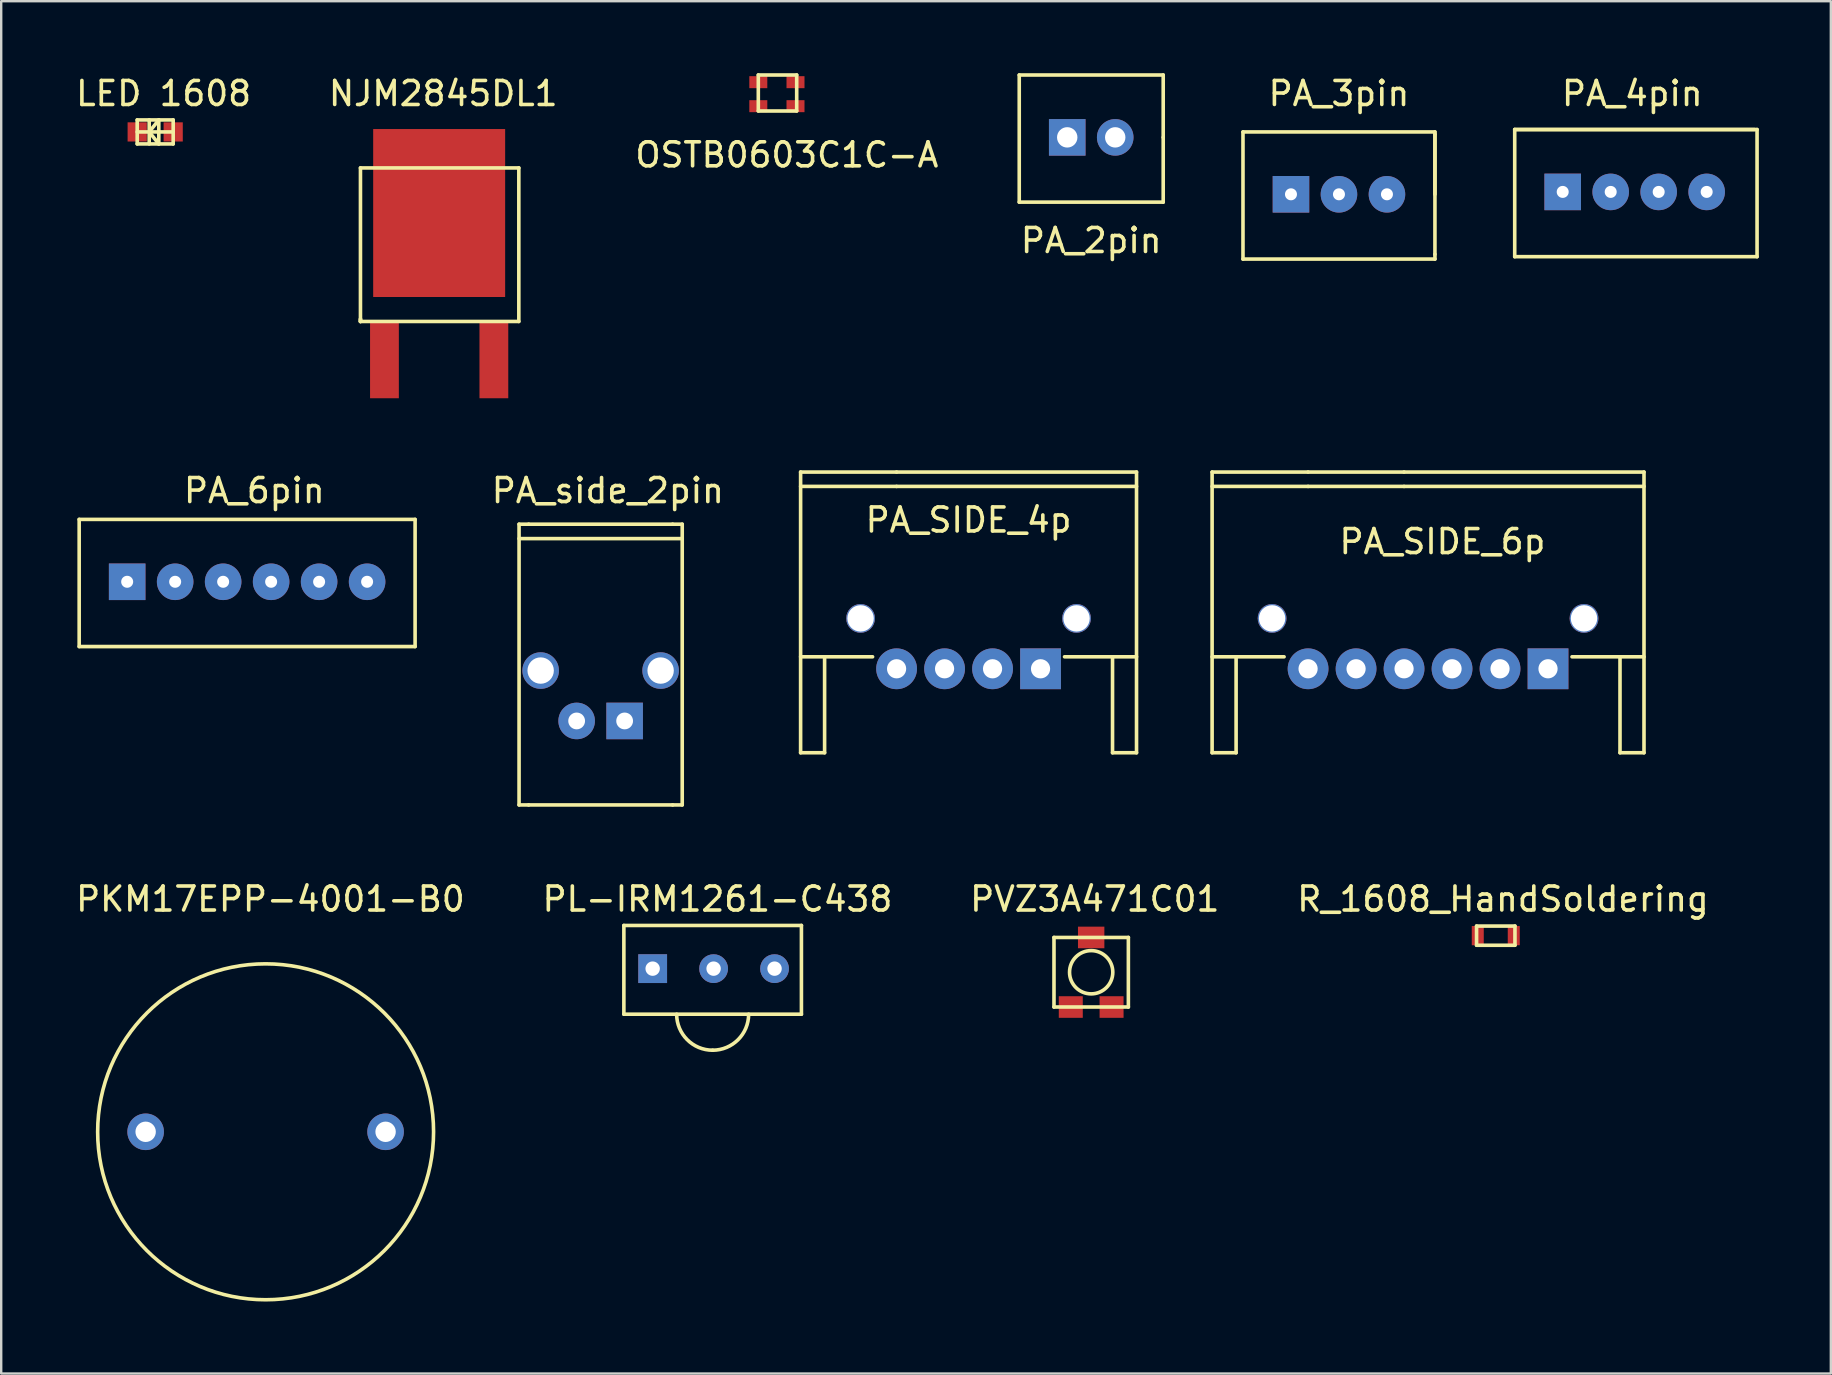
<source format=kicad_pcb>
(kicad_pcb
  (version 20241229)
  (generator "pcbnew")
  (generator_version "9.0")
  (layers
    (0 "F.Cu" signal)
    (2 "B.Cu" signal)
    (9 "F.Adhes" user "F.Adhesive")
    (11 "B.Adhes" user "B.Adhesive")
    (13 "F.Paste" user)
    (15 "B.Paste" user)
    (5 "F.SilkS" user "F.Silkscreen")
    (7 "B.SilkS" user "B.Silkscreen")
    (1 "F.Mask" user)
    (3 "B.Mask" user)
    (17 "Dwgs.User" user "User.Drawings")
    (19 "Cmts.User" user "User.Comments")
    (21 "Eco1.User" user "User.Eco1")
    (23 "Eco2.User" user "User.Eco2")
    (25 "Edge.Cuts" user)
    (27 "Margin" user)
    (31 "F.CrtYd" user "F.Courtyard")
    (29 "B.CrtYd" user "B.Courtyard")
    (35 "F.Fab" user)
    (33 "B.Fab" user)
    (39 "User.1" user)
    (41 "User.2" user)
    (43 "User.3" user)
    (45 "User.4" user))
  (footprint "PA_2pin"
    (layer "F.Cu")
    (at 39.429 5.675)
    (property "Reference" "PA_2pin" (at 3 1.3 0) (layer "F.SilkS") (effects (font (size 1 1) (thickness 0.15))))
    (attr through_hole)
    (fp_line (start 0 -5.6) (end 0 -0.3) (stroke (width 0.15) (type solid)) (layer "F.SilkS"))
    (fp_line (start 0 -5.6) (end 6 -5.6) (stroke (width 0.15) (type solid)) (layer "F.SilkS"))
    (fp_line (start 6 -5.6) (end 6 -3) (stroke (width 0.15) (type solid)) (layer "F.SilkS"))
    (fp_line (start 6 -3) (end 6 -0.3) (stroke (width 0.15) (type solid)) (layer "F.SilkS"))
    (fp_line (start 6 -0.3) (end 0 -0.3) (stroke (width 0.15) (type solid)) (layer "F.SilkS"))
    (pad "1" thru_hole rect (at 2 -3) (size 1.524 1.524) (drill 0.85) (layers "*.Cu" "*.Mask"))
    (pad "2" thru_hole circle (at 4 -3) (size 1.524 1.524) (drill 0.85) (layers "*.Cu" "*.Mask")))
  (footprint "PA_SIDE_6p"
    (layer "F.Cu")
    (at 51.467 28.423)
    (property "Reference" "PA_SIDE_6p" (at 5.6 -8.9 0) (layer "F.SilkS") (effects (font (size 1 1) (thickness 0.15))))
    (attr through_hole)
    (fp_line (start -4 -0.1) (end -4 -11.8) (stroke (width 0.15) (type solid)) (layer "F.SilkS"))
    (fp_line (start -3 -4.1) (end -4 -4.1) (stroke (width 0.15) (type solid)) (layer "F.SilkS"))
    (fp_line (start -3 -4.1) (end -3 -0.1) (stroke (width 0.15) (type solid)) (layer "F.SilkS"))
    (fp_line (start -3 -0.1) (end -4 -0.1) (stroke (width 0.15) (type solid)) (layer "F.SilkS"))
    (fp_line (start -1 -4.1) (end -3 -4.1) (stroke (width 0.15) (type solid)) (layer "F.SilkS"))
    (fp_line (start 0 -11.8) (end -4 -11.8) (stroke (width 0.15) (type solid)) (layer "F.SilkS"))
    (fp_line (start 0 -11.2) (end -4 -11.2) (stroke (width 0.15) (type solid)) (layer "F.SilkS"))
    (fp_line (start 4 -11.8) (end 0 -11.8) (stroke (width 0.15) (type solid)) (layer "F.SilkS"))
    (fp_line (start 4 -11.8) (end 14 -11.8) (stroke (width 0.15) (type solid)) (layer "F.SilkS"))
    (fp_line (start 4 -11.2) (end 0 -11.2) (stroke (width 0.15) (type solid)) (layer "F.SilkS"))
    (fp_line (start 4 -11.2) (end 14 -11.2) (stroke (width 0.15) (type solid)) (layer "F.SilkS"))
    (fp_line (start 13 -4.1) (end 11 -4.1) (stroke (width 0.15) (type solid)) (layer "F.SilkS"))
    (fp_line (start 13 -4.1) (end 13 -0.1) (stroke (width 0.15) (type solid)) (layer "F.SilkS"))
    (fp_line (start 13 -4.1) (end 14 -4.1) (stroke (width 0.15) (type solid)) (layer "F.SilkS"))
    (fp_line (start 13 -0.1) (end 14 -0.1) (stroke (width 0.15) (type solid)) (layer "F.SilkS"))
    (fp_line (start 14 -11.8) (end 14 -0.1) (stroke (width 0.15) (type solid)) (layer "F.SilkS"))
    (pad "" thru_hole circle (at -1.5 -5.7) (size 1.2 1.2) (drill 1.1) (layers "*.Cu" "*.Mask"))
    (pad "" thru_hole circle (at 11.5 -5.7) (size 1.2 1.2) (drill 1.1) (layers "*.Cu" "*.Mask"))
    (pad "1" thru_hole rect (at 10 -3.6) (size 1.7 1.7) (drill 0.8) (layers "*.Cu" "*.Mask"))
    (pad "2" thru_hole circle (at 8 -3.6) (size 1.7 1.7) (drill 0.8) (layers "*.Cu" "*.Mask"))
    (pad "3" thru_hole circle (at 6 -3.6) (size 1.7 1.7) (drill 0.8) (layers "*.Cu" "*.Mask"))
    (pad "4" thru_hole circle (at 4 -3.6) (size 1.7 1.7) (drill 0.8) (layers "*.Cu" "*.Mask"))
    (pad "5" thru_hole circle (at 2 -3.6) (size 1.7 1.7) (drill 0.8) (layers "*.Cu" "*.Mask"))
    (pad "6" thru_hole circle (at 0 -3.6) (size 1.7 1.7) (drill 0.8) (layers "*.Cu" "*.Mask")))
  (footprint "PA_side_2pin"
    (layer "F.Cu")
    (at 20.983 26.997)
    (property "Reference" "PA_side_2pin" (at 1.3 -9.6 0) (layer "F.SilkS") (effects (font (size 1 1) (thickness 0.15))))
    (attr through_hole)
    (fp_line (start -2.4 -7.6) (end 4.4 -7.6) (stroke (width 0.15) (type solid)) (layer "F.SilkS"))
    (fp_line (start -2.4 3.5) (end -2.4 -8.2) (stroke (width 0.15) (type solid)) (layer "F.SilkS"))
    (fp_line (start -2.4 3.5) (end -2 3.5) (stroke (width 0.15) (type solid)) (layer "F.SilkS"))
    (fp_line (start -2 -8.2) (end -2.4 -8.2) (stroke (width 0.15) (type solid)) (layer "F.SilkS"))
    (fp_line (start -2 -8.2) (end 4 -8.2) (stroke (width 0.15) (type solid)) (layer "F.SilkS"))
    (fp_line (start -2 3.5) (end 4 3.5) (stroke (width 0.15) (type solid)) (layer "F.SilkS"))
    (fp_line (start 4 -8.2) (end 4.4 -8.2) (stroke (width 0.15) (type solid)) (layer "F.SilkS"))
    (fp_line (start 4 3.5) (end 4.4 3.5) (stroke (width 0.15) (type solid)) (layer "F.SilkS"))
    (fp_line (start 4.4 -8.2) (end 4.4 3.5) (stroke (width 0.15) (type solid)) (layer "F.SilkS"))
    (pad "" thru_hole circle (at -1.5 -2.1) (size 1.524 1.524) (drill 1.1) (layers "*.Cu" "*.Mask"))
    (pad "" thru_hole circle (at 3.5 -2.1) (size 1.524 1.524) (drill 1.1) (layers "*.Cu" "*.Mask"))
    (pad "1" thru_hole rect (at 2 0) (size 1.524 1.524) (drill 0.7) (layers "*.Cu" "*.Mask"))
    (pad "2" thru_hole circle (at 0 0) (size 1.524 1.524) (drill 0.7) (layers "*.Cu" "*.Mask")))
  (footprint "OSTB0603C1C-A"
    (layer "F.Cu")
    (at 28.554 0.375)
    (property "Reference" "OSTB0603C1C-A" (at 1.19 3.03 0) (layer "F.SilkS") (effects (font (size 1 1) (thickness 0.15))))
    (attr through_hole)
    (fp_line (start 0 -0.3) (end 1.6 -0.3) (stroke (width 0.15) (type solid)) (layer "F.SilkS"))
    (fp_line (start 0 1.2) (end 0 -0.3) (stroke (width 0.15) (type solid)) (layer "F.SilkS"))
    (fp_line (start 1.6 -0.3) (end 1.6 1.2) (stroke (width 0.15) (type solid)) (layer "F.SilkS"))
    (fp_line (start 1.6 1.2) (end 0 1.2) (stroke (width 0.15) (type solid)) (layer "F.SilkS"))
    (pad "1" smd rect (at 0 0) (size 0.75 0.5) (layers "F.Cu" "F.Mask" "F.Paste"))
    (pad "2" smd rect (at 0 1) (size 0.75 0.5) (layers "F.Cu" "F.Mask" "F.Paste"))
    (pad "3" smd rect (at 1.55 0) (size 0.75 0.5) (layers "F.Cu" "F.Mask" "F.Paste"))
    (pad "4" smd rect (at 1.55 1) (size 0.75 0.5) (layers "F.Cu" "F.Mask" "F.Paste")))
  (footprint "PA_4pin"
    (layer "F.Cu")
    (at 60.079 7.948)
    (property "Reference" "PA_4pin" (at 4.9 -7.1 0) (layer "F.SilkS") (effects (font (size 1 1) (thickness 0.15))))
    (attr through_hole)
    (fp_line (start 0 -5.6) (end 0 -0.3) (stroke (width 0.15) (type solid)) (layer "F.SilkS"))
    (fp_line (start 0 -5.6) (end 10.1 -5.6) (stroke (width 0.15) (type solid)) (layer "F.SilkS"))
    (fp_line (start 10 -5.6) (end 0 -5.6) (stroke (width 0.15) (type solid)) (layer "F.SilkS"))
    (fp_line (start 10.1 -5.6) (end 10.1 -0.3) (stroke (width 0.15) (type solid)) (layer "F.SilkS"))
    (fp_line (start 10.1 -0.3) (end 0 -0.3) (stroke (width 0.15) (type solid)) (layer "F.SilkS"))
    (pad "1" thru_hole rect (at 2 -3) (size 1.524 1.524) (drill 0.5) (layers "*.Cu" "*.Mask"))
    (pad "2" thru_hole circle (at 4 -3) (size 1.524 1.524) (drill 0.5) (layers "*.Cu" "*.Mask"))
    (pad "3" thru_hole circle (at 6 -3) (size 1.524 1.524) (drill 0.5) (layers "*.Cu" "*.Mask"))
    (pad "4" thru_hole circle (at 8 -3) (size 1.524 1.524) (drill 0.5) (layers "*.Cu" "*.Mask")))
  (footprint "LED 1608"
    (layer "F.Cu")
    (at 1.968 3.348)
    (property "Reference" "LED 1608" (at 1.8 -2.5 0) (layer "F.SilkS") (effects (font (size 1 1) (thickness 0.15))))
    (attr through_hole)
    (fp_line (start 0.7 -1.4) (end 2.2 -1.4) (stroke (width 0.15) (type solid)) (layer "F.SilkS"))
    (fp_line (start 0.7 -0.9) (end 2.2 -0.9) (stroke (width 0.15) (type solid)) (layer "F.SilkS"))
    (fp_line (start 0.7 -0.4) (end 0.7 -1.4) (stroke (width 0.15) (type solid)) (layer "F.SilkS"))
    (fp_line (start 1.2 -1.4) (end 1.2 -0.4) (stroke (width 0.15) (type solid)) (layer "F.SilkS"))
    (fp_line (start 1.2 -0.9) (end 1.6 -0.4) (stroke (width 0.15) (type solid)) (layer "F.SilkS"))
    (fp_line (start 1.6 -1.4) (end 1.2 -0.9) (stroke (width 0.15) (type solid)) (layer "F.SilkS"))
    (fp_line (start 1.6 -0.4) (end 1.6 -1.4) (stroke (width 0.15) (type solid)) (layer "F.SilkS"))
    (fp_line (start 2.2 -1.4) (end 2.2 -0.4) (stroke (width 0.15) (type solid)) (layer "F.SilkS"))
    (fp_line (start 2.2 -0.4) (end 0.7 -0.4) (stroke (width 0.15) (type solid)) (layer "F.SilkS"))
    (pad "1" smd rect (at 0.7 -0.9) (size 0.8 0.8) (layers "F.Cu" "F.Mask" "F.Paste"))
    (pad "2" smd rect (at 2.2 -0.9) (size 0.8 0.8) (layers "F.Cu" "F.Mask" "F.Paste")))
  (footprint "PVZ3A471C01"
    (layer "F.Cu")
    (at 41.577 38.92)
    (property "Reference" "PVZ3A471C01" (at 1 -4.5 0) (layer "F.SilkS") (effects (font (size 1 1) (thickness 0.15))))
    (attr through_hole)
    (fp_line (start -0.7 0) (end -0.7 -2.9) (stroke (width 0.15) (type solid)) (layer "F.SilkS"))
    (fp_line (start -0.7 0) (end 2.4 0) (stroke (width 0.15) (type solid)) (layer "F.SilkS"))
    (fp_line (start 2.4 -2.9) (end -0.7 -2.9) (stroke (width 0.15) (type solid)) (layer "F.SilkS"))
    (fp_line (start 2.4 -2.9) (end 2.4 0) (stroke (width 0.15) (type solid)) (layer "F.SilkS"))
    (fp_circle (center 0.85 -1.45) (end 1.6 -0.95) (stroke (width 0.15) (type solid)) (fill no) (layer "F.SilkS"))
    (pad "1" smd rect (at 0 0) (size 1 0.9) (layers "F.Cu" "F.Mask" "F.Paste"))
    (pad "2" smd rect (at 1.7 0) (size 1 0.9) (layers "F.Cu" "F.Mask" "F.Paste"))
    (pad "3" smd rect (at 0.85 -2.9) (size 1.1 0.9) (layers "F.Cu" "F.Mask" "F.Paste")))
  (footprint "PA_SIDE_4p"
    (layer "F.Cu")
    (at 37.317 25.823)
    (property "Reference" "PA_SIDE_4p" (at 0 -7.2 0) (layer "F.SilkS") (effects (font (size 1 1) (thickness 0.15))))
    (attr through_hole)
    (fp_line (start -7 2.5) (end -7 -9.2) (stroke (width 0.15) (type solid)) (layer "F.SilkS"))
    (fp_line (start -6 -1.5) (end -7 -1.5) (stroke (width 0.15) (type solid)) (layer "F.SilkS"))
    (fp_line (start -6 -1.5) (end -6 2.5) (stroke (width 0.15) (type solid)) (layer "F.SilkS"))
    (fp_line (start -6 2.5) (end -7 2.5) (stroke (width 0.15) (type solid)) (layer "F.SilkS"))
    (fp_line (start -4 -1.5) (end -6 -1.5) (stroke (width 0.15) (type solid)) (layer "F.SilkS"))
    (fp_line (start -3 -9.2) (end -7 -9.2) (stroke (width 0.15) (type solid)) (layer "F.SilkS"))
    (fp_line (start -3 -9.2) (end 7 -9.2) (stroke (width 0.15) (type solid)) (layer "F.SilkS"))
    (fp_line (start -3 -8.6) (end -7 -8.6) (stroke (width 0.15) (type solid)) (layer "F.SilkS"))
    (fp_line (start -3 -8.6) (end 7 -8.6) (stroke (width 0.15) (type solid)) (layer "F.SilkS"))
    (fp_line (start 6 -1.5) (end 4 -1.5) (stroke (width 0.15) (type solid)) (layer "F.SilkS"))
    (fp_line (start 6 -1.5) (end 6 2.5) (stroke (width 0.15) (type solid)) (layer "F.SilkS"))
    (fp_line (start 6 -1.5) (end 7 -1.5) (stroke (width 0.15) (type solid)) (layer "F.SilkS"))
    (fp_line (start 6 2.5) (end 7 2.5) (stroke (width 0.15) (type solid)) (layer "F.SilkS"))
    (fp_line (start 7 -9.2) (end 7 2.5) (stroke (width 0.15) (type solid)) (layer "F.SilkS"))
    (pad "" thru_hole circle (at -4.5 -3.1) (size 1.2 1.2) (drill 1.1) (layers "*.Cu" "*.Mask"))
    (pad "" thru_hole circle (at 4.5 -3.1) (size 1.2 1.2) (drill 1.1) (layers "*.Cu" "*.Mask"))
    (pad "1" thru_hole rect (at 3 -1) (size 1.7 1.7) (drill 0.8) (layers "*.Cu" "*.Mask"))
    (pad "2" thru_hole circle (at 1 -1) (size 1.7 1.7) (drill 0.8) (layers "*.Cu" "*.Mask"))
    (pad "3" thru_hole circle (at -1 -1) (size 1.7 1.7) (drill 0.8) (layers "*.Cu" "*.Mask"))
    (pad "4" thru_hole circle (at -3 -1) (size 1.7 1.7) (drill 0.8) (layers "*.Cu" "*.Mask")))
  (footprint "PKM17EPP-4001-B0"
    (layer "F.Cu")
    (at 8.02 44.12)
    (property "Reference" "PKM17EPP-4001-B0" (at 0.2 -9.7 0) (layer "F.SilkS") (effects (font (size 1 1) (thickness 0.15))))
    (attr through_hole)
    (fp_circle (center 0 0) (end 7 0) (stroke (width 0.15) (type solid)) (fill no) (layer "F.SilkS"))
    (pad "1" thru_hole circle (at -5 0) (size 1.524 1.524) (drill 0.85) (layers "*.Cu" "*.Mask"))
    (pad "2" thru_hole circle (at 5 0) (size 1.524 1.524) (drill 0.85) (layers "*.Cu" "*.Mask")))
  (footprint "PA_3pin"
    (layer "F.Cu")
    (at 48.754 8.048)
    (property "Reference" "PA_3pin" (at 4 -7.2 0) (layer "F.SilkS") (effects (font (size 1 1) (thickness 0.15))))
    (attr through_hole)
    (fp_line (start 0 -5.6) (end 0 -0.3) (stroke (width 0.15) (type solid)) (layer "F.SilkS"))
    (fp_line (start 0 -5.6) (end 8 -5.6) (stroke (width 0.15) (type solid)) (layer "F.SilkS"))
    (fp_line (start 0 -0.3) (end 8 -0.3) (stroke (width 0.15) (type solid)) (layer "F.SilkS"))
    (fp_line (start 8 -5.6) (end 8 -5.5) (stroke (width 0.15) (type solid)) (layer "F.SilkS"))
    (fp_line (start 8 -5.5) (end 8 -0.5) (stroke (width 0.15) (type solid)) (layer "F.SilkS"))
    (fp_line (start 8 -3) (end 8 -5.5) (stroke (width 0.15) (type solid)) (layer "F.SilkS"))
    (fp_line (start 8 -0.3) (end 8 -0.5) (stroke (width 0.15) (type solid)) (layer "F.SilkS"))
    (pad "1" thru_hole rect (at 2 -3) (size 1.524 1.524) (drill 0.5) (layers "*.Cu" "*.Mask"))
    (pad "2" thru_hole circle (at 4 -3) (size 1.524 1.524) (drill 0.5) (layers "*.Cu" "*.Mask"))
    (pad "3" thru_hole circle (at 6 -3) (size 1.524 1.524) (drill 0.5) (layers "*.Cu" "*.Mask")))
  (footprint "PL-IRM1261-C438"
    (layer "F.Cu")
    (at 24.151 37.32)
    (property "Reference" "PL-IRM1261-C438" (at 2.7 -2.9 0) (layer "F.SilkS") (effects (font (size 1 1) (thickness 0.15))))
    (attr through_hole)
    (fp_line (start -1.2 -1.8) (end -1.2 1.9) (stroke (width 0.15) (type solid)) (layer "F.SilkS"))
    (fp_line (start -1.2 1.9) (end 6.2 1.9) (stroke (width 0.15) (type solid)) (layer "F.SilkS"))
    (fp_line (start 6.2 -1.8) (end -1.2 -1.8) (stroke (width 0.15) (type solid)) (layer "F.SilkS"))
    (fp_line (start 6.2 1.9) (end 6.2 -1.8) (stroke (width 0.15) (type solid)) (layer "F.SilkS"))
    (fp_arc (start 2.5 3.4) (mid 1.43934 2.96066) (end 1 1.9) (stroke (width 0.15) (type solid)) (layer "F.SilkS"))
    (fp_arc (start 4 1.9) (mid 3.56066 2.96066) (end 2.5 3.4) (stroke (width 0.15) (type solid)) (layer "F.SilkS"))
    (pad "1" thru_hole rect (at 0 0) (size 1.2 1.2) (drill 0.6) (layers "*.Cu" "*.Mask"))
    (pad "2" thru_hole circle (at 2.54 0) (size 1.2 1.2) (drill 0.6) (layers "*.Cu" "*.Mask"))
    (pad "3" thru_hole circle (at 5.08 0) (size 1.2 1.2) (drill 0.6) (layers "*.Cu" "*.Mask")))
  (footprint "PA_6pin"
    (layer "F.Cu")
    (at 0.25 24.197)
    (property "Reference" "PA_6pin" (at 7.3 -6.8 0) (layer "F.SilkS") (effects (font (size 1 1) (thickness 0.15))))
    (attr through_hole)
    (fp_line (start 0 -5.6) (end 0 -0.3) (stroke (width 0.15) (type solid)) (layer "F.SilkS"))
    (fp_line (start 0 -5.6) (end 14 -5.6) (stroke (width 0.15) (type solid)) (layer "F.SilkS"))
    (fp_line (start 0 -0.3) (end 14 -0.3) (stroke (width 0.15) (type solid)) (layer "F.SilkS"))
    (fp_line (start 14 -5.6) (end 14 -0.3) (stroke (width 0.15) (type solid)) (layer "F.SilkS"))
    (pad "1" thru_hole rect (at 2 -3) (size 1.524 1.524) (drill 0.5) (layers "*.Cu" "*.Mask"))
    (pad "2" thru_hole circle (at 4 -3) (size 1.524 1.524) (drill 0.5) (layers "*.Cu" "*.Mask"))
    (pad "3" thru_hole circle (at 6 -3) (size 1.524 1.524) (drill 0.5) (layers "*.Cu" "*.Mask"))
    (pad "4" thru_hole circle (at 8 -3) (size 1.524 1.524) (drill 0.5) (layers "*.Cu" "*.Mask"))
    (pad "5" thru_hole circle (at 10 -3) (size 1.524 1.524) (drill 0.5) (layers "*.Cu" "*.Mask"))
    (pad "6" thru_hole circle (at 12 -3) (size 1.524 1.524) (drill 0.5) (layers "*.Cu" "*.Mask")))
  (footprint "NJM2845DL1"
    (layer "F.Cu")
    (at 12.973 11.948)
    (property "Reference" "NJM2845DL1" (at 2.45 -11.1 0) (layer "F.SilkS") (effects (font (size 1 1) (thickness 0.15))))
    (attr through_hole)
    (fp_line (start -1 -8) (end -1 -1.6) (stroke (width 0.15) (type solid)) (layer "F.SilkS"))
    (fp_line (start -1 -1.7) (end -1 -1.6) (stroke (width 0.15) (type solid)) (layer "F.SilkS"))
    (fp_line (start -1 -1.6) (end -1 -1.7) (stroke (width 0.15) (type solid)) (layer "F.SilkS"))
    (fp_line (start 5.6 -8) (end -1 -8) (stroke (width 0.15) (type solid)) (layer "F.SilkS"))
    (fp_line (start 5.6 -1.6) (end -1 -1.6) (stroke (width 0.15) (type solid)) (layer "F.SilkS"))
    (fp_line (start 5.6 -1.6) (end 5.6 -8) (stroke (width 0.15) (type solid)) (layer "F.SilkS"))
    (pad "1" smd rect (at 0 0) (size 1.2 3.2) (layers "F.Cu" "F.Mask" "F.Paste"))
    (pad "2" smd rect (at 2.28 -6.12) (size 5.5 7) (layers "F.Cu" "F.Mask" "F.Paste"))
    (pad "3" smd rect (at 4.56 0) (size 1.2 3.2) (layers "F.Cu" "F.Mask" "F.Paste")))
  (footprint "R_1608_HandSoldering"
    (layer "F.Cu")
    (at 57.139 37.545)
    (property "Reference" "R_1608_HandSoldering" (at 2.45 -3.125 0) (layer "F.SilkS") (effects (font (size 1 1) (thickness 0.15))))
    (attr through_hole)
    (fp_line (start 1.35 -2) (end 1.35 -1.2) (stroke (width 0.15) (type solid)) (layer "F.SilkS"))
    (fp_line (start 1.35 -2) (end 2.95 -2) (stroke (width 0.15) (type solid)) (layer "F.SilkS"))
    (fp_line (start 1.35 -1.2) (end 2.95 -1.2) (stroke (width 0.15) (type solid)) (layer "F.SilkS"))
    (fp_line (start 2.95 -2) (end 2.95 -1.2) (stroke (width 0.15) (type solid)) (layer "F.SilkS"))
    (pad "1" smd rect (at 1.4 -1.6) (size 0.5 0.8) (layers "F.Cu" "F.Mask" "F.Paste"))
    (pad "2" smd rect (at 2.9 -1.6) (size 0.5 0.8) (layers "F.Cu" "F.Mask" "F.Paste")))
  (gr_rect
    (start -3 -3)
    (end 73.254 54.195)
    (stroke (width 0.1) (type default))
    (fill no)
    (layer "Edge.Cuts")))
</source>
